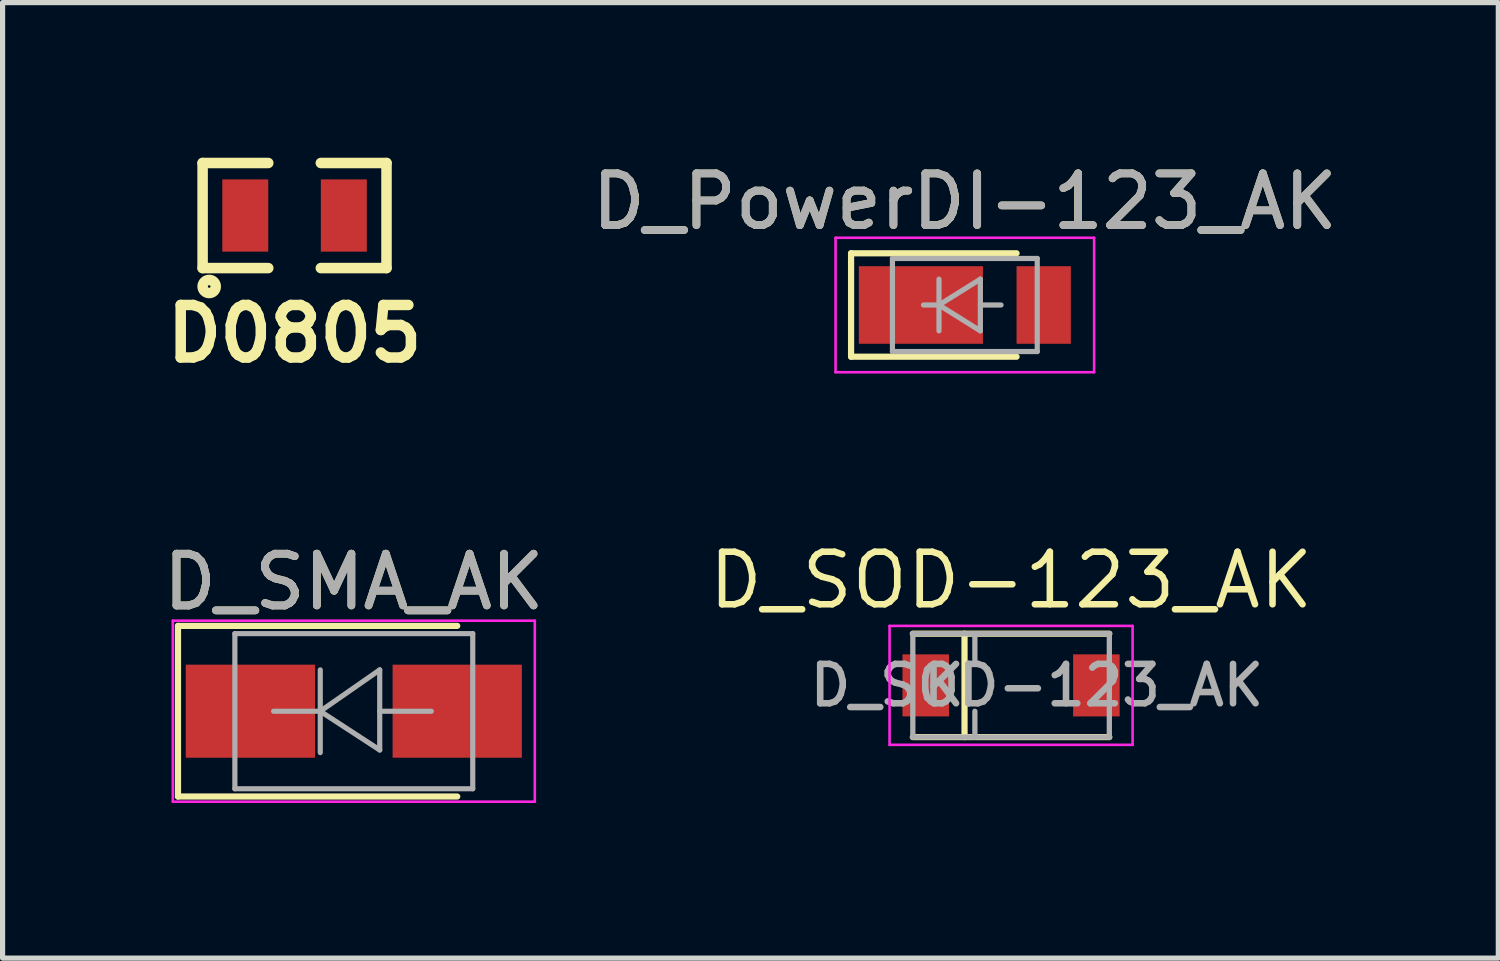
<source format=kicad_pcb>
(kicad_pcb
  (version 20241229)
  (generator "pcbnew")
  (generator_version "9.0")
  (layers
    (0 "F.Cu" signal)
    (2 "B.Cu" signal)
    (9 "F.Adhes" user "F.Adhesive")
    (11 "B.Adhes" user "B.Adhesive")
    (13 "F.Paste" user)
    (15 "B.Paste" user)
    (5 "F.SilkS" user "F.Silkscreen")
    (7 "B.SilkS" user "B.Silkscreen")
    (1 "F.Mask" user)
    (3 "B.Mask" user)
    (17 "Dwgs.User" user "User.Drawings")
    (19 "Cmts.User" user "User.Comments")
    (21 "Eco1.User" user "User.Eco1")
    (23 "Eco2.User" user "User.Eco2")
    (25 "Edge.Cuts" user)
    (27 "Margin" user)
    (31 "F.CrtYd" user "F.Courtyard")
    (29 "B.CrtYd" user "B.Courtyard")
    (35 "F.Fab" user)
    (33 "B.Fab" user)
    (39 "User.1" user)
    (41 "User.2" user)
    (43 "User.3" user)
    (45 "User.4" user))
  (footprint "D0805"
    (layer "F.Cu")
    (at 2.646 1.118)
    (property "Reference" "D0805" (at 0 2.286 0) (layer "F.SilkS") (effects (font (size 1.016 1.016) (thickness 0.203))))
    (attr smd)
    (fp_line (start -1.778 -1.016) (end -1.778 1.016) (stroke (width 0.203) (type solid)) (layer "F.SilkS"))
    (fp_line (start -1.778 1.016) (end -0.508 1.016) (stroke (width 0.203) (type solid)) (layer "F.SilkS"))
    (fp_line (start -0.508 -1.016) (end -1.778 -1.016) (stroke (width 0.203) (type solid)) (layer "F.SilkS"))
    (fp_line (start 0.508 -1.016) (end 1.778 -1.016) (stroke (width 0.203) (type solid)) (layer "F.SilkS"))
    (fp_line (start 1.778 -1.016) (end 1.778 1.016) (stroke (width 0.203) (type solid)) (layer "F.SilkS"))
    (fp_line (start 1.778 1.016) (end 0.508 1.016) (stroke (width 0.203) (type solid)) (layer "F.SilkS"))
    (fp_circle (center -1.651 1.372) (end -1.651 1.499) (stroke (width 0.203) (type solid)) (fill no) (layer "F.SilkS"))
    (pad "A" smd rect (at 0.953 0) (size 0.889 1.397) (layers "F.Cu" "F.Mask" "F.Paste"))
    (pad "K" smd rect (at -0.953 0) (size 0.889 1.397) (layers "F.Cu" "F.Mask" "F.Paste")))
  (footprint "D_SMA_AK"
    (layer "F.Cu")
    (at 3.792 10.703)
    (property "Reference" "D_SMA_AK" (at 0 -2.5 0) (layer "F.SilkS") (effects (font (size 1 1) (thickness 0.15))))
    (attr smd)
    (fp_line (start -3.4 -1.65) (end -3.4 1.65) (stroke (width 0.12) (type solid)) (layer "F.SilkS"))
    (fp_line (start -3.4 -1.65) (end 2 -1.65) (stroke (width 0.12) (type solid)) (layer "F.SilkS"))
    (fp_line (start -3.4 1.65) (end 2 1.65) (stroke (width 0.12) (type solid)) (layer "F.SilkS"))
    (fp_line (start -3.5 -1.75) (end 3.5 -1.75) (stroke (width 0.05) (type solid)) (layer "F.CrtYd"))
    (fp_line (start -3.5 1.75) (end -3.5 -1.75) (stroke (width 0.05) (type solid)) (layer "F.CrtYd"))
    (fp_line (start 3.5 -1.75) (end 3.5 1.75) (stroke (width 0.05) (type solid)) (layer "F.CrtYd"))
    (fp_line (start 3.5 1.75) (end -3.5 1.75) (stroke (width 0.05) (type solid)) (layer "F.CrtYd"))
    (fp_line (start -2.3 1.5) (end -2.3 -1.5) (stroke (width 0.1) (type solid)) (layer "F.Fab"))
    (fp_line (start -0.649 -0.799) (end -0.649 0.801) (stroke (width 0.1) (type solid)) (layer "F.Fab"))
    (fp_line (start -0.649 0.001) (end -1.551 0.001) (stroke (width 0.1) (type solid)) (layer "F.Fab"))
    (fp_line (start -0.649 0.001) (end 0.501 -0.799) (stroke (width 0.1) (type solid)) (layer "F.Fab"))
    (fp_line (start -0.649 0.001) (end 0.501 0.75) (stroke (width 0.1) (type solid)) (layer "F.Fab"))
    (fp_line (start 0.501 0.001) (end 1.499 0.001) (stroke (width 0.1) (type solid)) (layer "F.Fab"))
    (fp_line (start 0.501 0.75) (end 0.501 -0.799) (stroke (width 0.1) (type solid)) (layer "F.Fab"))
    (fp_line (start 2.3 -1.5) (end -2.3 -1.5) (stroke (width 0.1) (type solid)) (layer "F.Fab"))
    (fp_line (start 2.3 -1.5) (end 2.3 1.5) (stroke (width 0.1) (type solid)) (layer "F.Fab"))
    (fp_line (start 2.3 1.5) (end -2.3 1.5) (stroke (width 0.1) (type solid)) (layer "F.Fab"))
    (fp_text user "${REFERENCE}" (at 0 -2.5 0) (layer "F.Fab") (effects (font (size 1 1) (thickness 0.15))))
    (pad "A" smd rect (at 2 0) (size 2.5 1.8) (layers "F.Cu" "F.Mask" "F.Paste"))
    (pad "K" smd rect (at -2 0) (size 2.5 1.8) (layers "F.Cu" "F.Mask" "F.Paste")))
  (footprint "D_SOD-123_AK"
    (layer "F.Cu")
    (at 16.502 10.204)
    (property "Reference" "D_SOD-123_AK" (at 0 -2.032 180) (layer "F.SilkS") (effects (font (size 1.016 1.016) (thickness 0.127))))
    (attr smd)
    (fp_line (start -1.9 -1) (end 1.9 -1) (stroke (width 0.12) (type solid)) (layer "F.SilkS"))
    (fp_line (start -1.9 1) (end 1.9 1) (stroke (width 0.12) (type solid)) (layer "F.SilkS"))
    (fp_line (start -0.9 -1) (end -0.9 1) (stroke (width 0.12) (type solid)) (layer "F.SilkS"))
    (fp_line (start -2.35 -1.15) (end -2.35 1.15) (stroke (width 0.05) (type solid)) (layer "F.CrtYd"))
    (fp_line (start -2.35 -1.15) (end 2.35 -1.15) (stroke (width 0.05) (type solid)) (layer "F.CrtYd"))
    (fp_line (start 2.35 -1.15) (end 2.35 1.15) (stroke (width 0.05) (type solid)) (layer "F.CrtYd"))
    (fp_line (start 2.35 1.15) (end -2.35 1.15) (stroke (width 0.05) (type solid)) (layer "F.CrtYd"))
    (fp_line (start -1.9 -1) (end 1.9 -1) (stroke (width 0.102) (type solid)) (layer "F.Fab"))
    (fp_line (start -1.9 1) (end -1.9 -1) (stroke (width 0.102) (type solid)) (layer "F.Fab"))
    (fp_line (start -0.7 -1) (end -0.7 -0.5) (stroke (width 0.102) (type solid)) (layer "F.Fab"))
    (fp_line (start -0.7 0.5) (end -0.7 1) (stroke (width 0.102) (type solid)) (layer "F.Fab"))
    (fp_line (start 1.9 -1) (end 1.9 1) (stroke (width 0.102) (type solid)) (layer "F.Fab"))
    (fp_line (start 1.9 1) (end -1.9 1) (stroke (width 0.102) (type solid)) (layer "F.Fab"))
    (fp_text user "${REFERENCE}" (at 0.5 0 180) (layer "F.Fab") (effects (font (size 0.762 0.762) (thickness 0.127))))
    (fp_text user "K" (at -1.3 0 0) (layer "F.Fab") (effects (font (size 0.762 0.762) (thickness 0.127))))
    (pad "A" smd rect (at 1.65 0) (size 0.9 1.2) (layers "F.Cu" "F.Mask" "F.Paste"))
    (pad "K" smd rect (at -1.65 0) (size 0.9 1.2) (layers "F.Cu" "F.Mask" "F.Paste")))
  (footprint "D_PowerDI-123_AK"
    (layer "F.Cu")
    (at 15.608 2.848)
    (property "Reference" "D_PowerDI-123_AK" (at 0 -2 0) (layer "F.SilkS") (effects (font (size 1 1) (thickness 0.15))))
    (attr smd)
    (fp_line (start -2.2 1) (end -2.2 -1) (stroke (width 0.12) (type solid)) (layer "F.SilkS"))
    (fp_line (start -2.2 1) (end 1 1) (stroke (width 0.12) (type solid)) (layer "F.SilkS"))
    (fp_line (start 1 -1) (end -2.2 -1) (stroke (width 0.12) (type solid)) (layer "F.SilkS"))
    (fp_line (start -2.5 -1.3) (end 2.5 -1.3) (stroke (width 0.05) (type solid)) (layer "F.CrtYd"))
    (fp_line (start -2.5 1.3) (end -2.5 -1.3) (stroke (width 0.05) (type solid)) (layer "F.CrtYd"))
    (fp_line (start 2.5 -1.3) (end 2.5 1.3) (stroke (width 0.05) (type solid)) (layer "F.CrtYd"))
    (fp_line (start 2.5 1.3) (end -2.5 1.3) (stroke (width 0.05) (type solid)) (layer "F.CrtYd"))
    (fp_line (start -1.4 -0.9) (end 1.4 -0.9) (stroke (width 0.1) (type solid)) (layer "F.Fab"))
    (fp_line (start -1.4 0.9) (end -1.4 -0.9) (stroke (width 0.1) (type solid)) (layer "F.Fab"))
    (fp_line (start -0.8 0) (end -0.5 0) (stroke (width 0.1) (type solid)) (layer "F.Fab"))
    (fp_line (start -0.5 0) (end -0.5 -0.5) (stroke (width 0.1) (type solid)) (layer "F.Fab"))
    (fp_line (start -0.5 0) (end -0.5 0.5) (stroke (width 0.1) (type solid)) (layer "F.Fab"))
    (fp_line (start -0.5 0) (end 0.3 0.5) (stroke (width 0.1) (type solid)) (layer "F.Fab"))
    (fp_line (start 0.3 -0.5) (end -0.5 0) (stroke (width 0.1) (type solid)) (layer "F.Fab"))
    (fp_line (start 0.3 0) (end 0.7 0) (stroke (width 0.1) (type solid)) (layer "F.Fab"))
    (fp_line (start 0.3 0.5) (end 0.3 -0.5) (stroke (width 0.1) (type solid)) (layer "F.Fab"))
    (fp_line (start 1.4 -0.9) (end 1.4 0.9) (stroke (width 0.1) (type solid)) (layer "F.Fab"))
    (fp_line (start 1.4 0.9) (end -1.4 0.9) (stroke (width 0.1) (type solid)) (layer "F.Fab"))
    (fp_text user "${REFERENCE}" (at 0 -2 0) (layer "F.Fab") (effects (font (size 1 1) (thickness 0.15))))
    (pad "A" smd rect (at 1.525 0 180) (size 1.05 1.5) (layers "F.Cu" "F.Mask" "F.Paste"))
    (pad "K" smd rect (at -0.85 0 180) (size 2.4 1.5) (layers "F.Cu" "F.Mask" "F.Paste")))
  (gr_rect
    (start -3 -3)
    (end 25.924 15.478)
    (stroke (width 0.1) (type default))
    (fill no)
    (layer "Edge.Cuts")))
</source>
